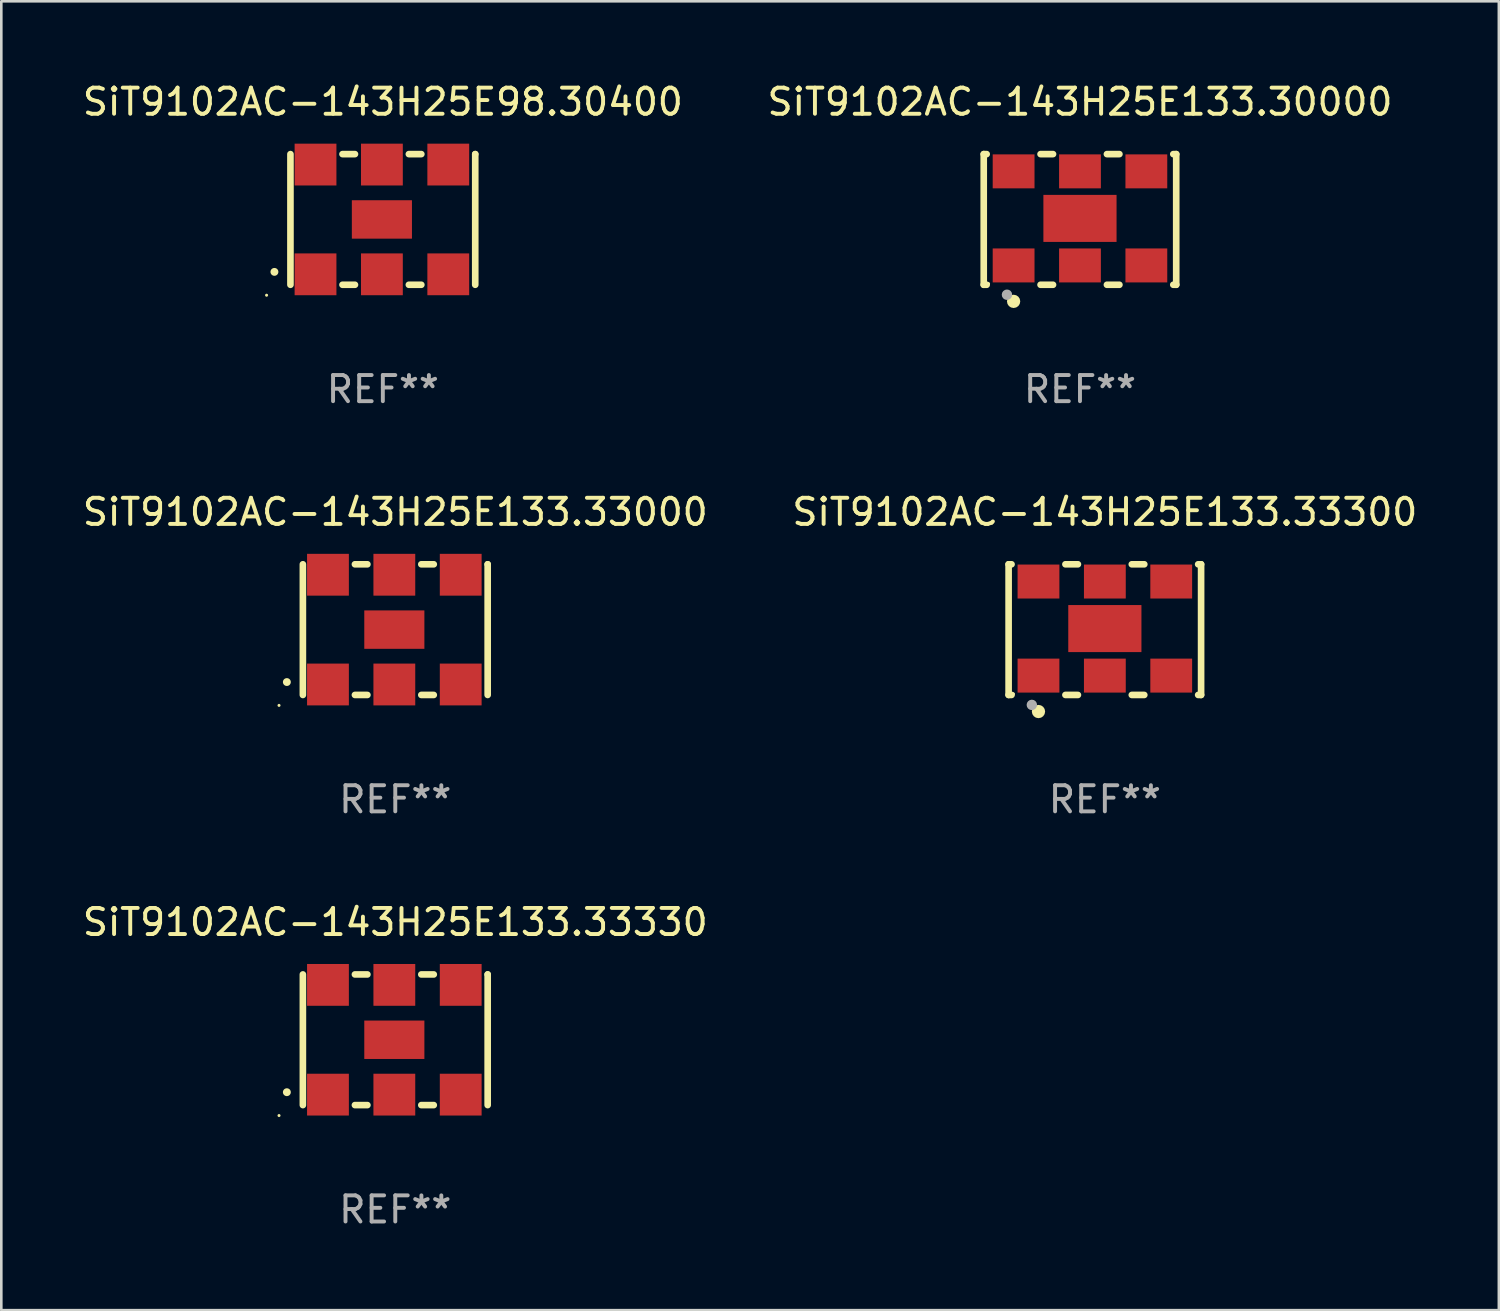
<source format=kicad_pcb>
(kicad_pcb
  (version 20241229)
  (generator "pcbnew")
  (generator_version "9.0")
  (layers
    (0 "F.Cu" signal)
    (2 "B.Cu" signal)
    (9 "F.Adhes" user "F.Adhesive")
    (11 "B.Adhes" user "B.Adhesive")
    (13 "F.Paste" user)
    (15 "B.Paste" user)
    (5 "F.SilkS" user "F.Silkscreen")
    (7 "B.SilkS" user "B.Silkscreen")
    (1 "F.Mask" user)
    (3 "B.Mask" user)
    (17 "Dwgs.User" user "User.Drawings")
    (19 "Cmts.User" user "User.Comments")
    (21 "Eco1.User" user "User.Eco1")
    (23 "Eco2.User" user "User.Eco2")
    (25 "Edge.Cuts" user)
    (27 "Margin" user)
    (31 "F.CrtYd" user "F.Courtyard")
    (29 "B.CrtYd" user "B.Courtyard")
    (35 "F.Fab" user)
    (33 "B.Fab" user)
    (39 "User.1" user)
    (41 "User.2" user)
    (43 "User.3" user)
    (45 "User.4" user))
  (footprint "SiT9102AC-143H25E133.33300"
    (layer "F.Cu")
    (at 39.232 21.045)
    (property "Reference" "SiT9102AC-143H25E133.33300" (at 0 -4.5 0) (layer "F.SilkS") (effects (font (size 1 1) (thickness 0.15))))
    (attr through_hole)
    (fp_line (start -3.683 -2.5) (end -3.571 -2.5) (stroke (width 0.254) (type solid)) (layer "F.SilkS"))
    (fp_line (start -3.683 2.5) (end -3.683 -2.5) (stroke (width 0.254) (type solid)) (layer "F.SilkS"))
    (fp_line (start -3.683 2.5) (end -3.571 2.5) (stroke (width 0.254) (type solid)) (layer "F.SilkS"))
    (fp_line (start -1.509 -2.5) (end -1.031 -2.5) (stroke (width 0.254) (type solid)) (layer "F.SilkS"))
    (fp_line (start -1.509 2.5) (end -1.031 2.5) (stroke (width 0.254) (type solid)) (layer "F.SilkS"))
    (fp_line (start 1.031 -2.5) (end 1.509 -2.5) (stroke (width 0.254) (type solid)) (layer "F.SilkS"))
    (fp_line (start 1.031 2.5) (end 1.509 2.5) (stroke (width 0.254) (type solid)) (layer "F.SilkS"))
    (fp_line (start 3.571 -2.5) (end 3.683 -2.5) (stroke (width 0.254) (type solid)) (layer "F.SilkS"))
    (fp_line (start 3.571 2.5) (end 3.683 2.5) (stroke (width 0.254) (type solid)) (layer "F.SilkS"))
    (fp_line (start 3.683 2.5) (end 3.683 -2.5) (stroke (width 0.254) (type solid)) (layer "F.SilkS"))
    (fp_circle (center -3.5 2.46) (end -3.47 2.46) (stroke (width 0.06) (type solid)) (fill no) (layer "F.SilkS"))
    (fp_circle (center -2.54 3.135) (end -2.413 3.135) (stroke (width 0.254) (type solid)) (fill no) (layer "F.SilkS"))
    (fp_circle (center -2.794 2.881) (end -2.694 2.881) (stroke (width 0.2) (type solid)) (fill no) (layer "F.Fab"))
    (fp_text user "REF**" (at 0 6.5 0) (layer "F.Fab") (effects (font (size 1 1) (thickness 0.15))))
    (pad "1" smd rect (at -2.54 1.76) (size 1.6 1.3) (layers "F.Cu" "F.Mask" "F.Paste"))
    (pad "2" smd rect (at 0 1.76) (size 1.6 1.3) (layers "F.Cu" "F.Mask" "F.Paste"))
    (pad "3" smd rect (at 2.54 1.76) (size 1.6 1.3) (layers "F.Cu" "F.Mask" "F.Paste"))
    (pad "4" smd rect (at 2.54 -1.84) (size 1.6 1.3) (layers "F.Cu" "F.Mask" "F.Paste"))
    (pad "5" smd rect (at 0 -1.84) (size 1.6 1.3) (layers "F.Cu" "F.Mask" "F.Paste"))
    (pad "6" smd rect (at -2.54 -1.84) (size 1.6 1.3) (layers "F.Cu" "F.Mask" "F.Paste"))
    (pad "7" smd rect (at 0 -0.04) (size 2.8 1.8) (layers "F.Cu" "F.Mask" "F.Paste")))
  (footprint "SiT9102AC-143H25E133.30000"
    (layer "F.Cu")
    (at 38.28 5.348)
    (property "Reference" "SiT9102AC-143H25E133.30000" (at 0 -4.5 0) (layer "F.SilkS") (effects (font (size 1 1) (thickness 0.15))))
    (attr through_hole)
    (fp_line (start -3.683 -2.5) (end -3.571 -2.5) (stroke (width 0.254) (type solid)) (layer "F.SilkS"))
    (fp_line (start -3.683 2.5) (end -3.683 -2.5) (stroke (width 0.254) (type solid)) (layer "F.SilkS"))
    (fp_line (start -3.683 2.5) (end -3.571 2.5) (stroke (width 0.254) (type solid)) (layer "F.SilkS"))
    (fp_line (start -1.509 -2.5) (end -1.031 -2.5) (stroke (width 0.254) (type solid)) (layer "F.SilkS"))
    (fp_line (start -1.509 2.5) (end -1.031 2.5) (stroke (width 0.254) (type solid)) (layer "F.SilkS"))
    (fp_line (start 1.031 -2.5) (end 1.509 -2.5) (stroke (width 0.254) (type solid)) (layer "F.SilkS"))
    (fp_line (start 1.031 2.5) (end 1.509 2.5) (stroke (width 0.254) (type solid)) (layer "F.SilkS"))
    (fp_line (start 3.571 -2.5) (end 3.683 -2.5) (stroke (width 0.254) (type solid)) (layer "F.SilkS"))
    (fp_line (start 3.571 2.5) (end 3.683 2.5) (stroke (width 0.254) (type solid)) (layer "F.SilkS"))
    (fp_line (start 3.683 2.5) (end 3.683 -2.5) (stroke (width 0.254) (type solid)) (layer "F.SilkS"))
    (fp_circle (center -3.5 2.46) (end -3.47 2.46) (stroke (width 0.06) (type solid)) (fill no) (layer "F.SilkS"))
    (fp_circle (center -2.54 3.135) (end -2.413 3.135) (stroke (width 0.254) (type solid)) (fill no) (layer "F.SilkS"))
    (fp_circle (center -2.794 2.881) (end -2.694 2.881) (stroke (width 0.2) (type solid)) (fill no) (layer "F.Fab"))
    (fp_text user "REF**" (at 0 6.5 0) (layer "F.Fab") (effects (font (size 1 1) (thickness 0.15))))
    (pad "1" smd rect (at -2.54 1.76) (size 1.6 1.3) (layers "F.Cu" "F.Mask" "F.Paste"))
    (pad "2" smd rect (at 0 1.76) (size 1.6 1.3) (layers "F.Cu" "F.Mask" "F.Paste"))
    (pad "3" smd rect (at 2.54 1.76) (size 1.6 1.3) (layers "F.Cu" "F.Mask" "F.Paste"))
    (pad "4" smd rect (at 2.54 -1.84) (size 1.6 1.3) (layers "F.Cu" "F.Mask" "F.Paste"))
    (pad "5" smd rect (at 0 -1.84) (size 1.6 1.3) (layers "F.Cu" "F.Mask" "F.Paste"))
    (pad "6" smd rect (at -2.54 -1.84) (size 1.6 1.3) (layers "F.Cu" "F.Mask" "F.Paste"))
    (pad "7" smd rect (at 0 -0.04) (size 2.8 1.8) (layers "F.Cu" "F.Mask" "F.Paste")))
  (footprint "SiT9102AC-143H25E98.30400"
    (layer "F.Cu")
    (at 11.601 5.348)
    (property "Reference" "SiT9102AC-143H25E98.30400" (at 0 -4.5 0) (layer "F.SilkS") (effects (font (size 1 1) (thickness 0.15))))
    (attr through_hole)
    (fp_line (start -3.536 -2.5) (end -3.536 2.5) (stroke (width 0.254) (type solid)) (layer "F.SilkS"))
    (fp_line (start -1.544 2.5) (end -1.067 2.5) (stroke (width 0.254) (type solid)) (layer "F.SilkS"))
    (fp_line (start -1.067 -2.5) (end -1.544 -2.5) (stroke (width 0.254) (type solid)) (layer "F.SilkS"))
    (fp_line (start 0.996 2.5) (end 1.473 2.5) (stroke (width 0.254) (type solid)) (layer "F.SilkS"))
    (fp_line (start 1.473 -2.5) (end 0.996 -2.5) (stroke (width 0.254) (type solid)) (layer "F.SilkS"))
    (fp_line (start 3.536 -2.5) (end 3.536 -2.5) (stroke (width 0.254) (type solid)) (layer "F.SilkS"))
    (fp_line (start 3.536 2.5) (end 3.536 -2.5) (stroke (width 0.254) (type solid)) (layer "F.SilkS"))
    (fp_arc (start -4.150432 2.006604) (mid -4.149162 2.006599) (end -4.147892 2.006604) (stroke (width 0.3) (type solid)) (layer "F.SilkS"))
    (fp_circle (center -4.449 2.9) (end -4.419 2.9) (stroke (width 0.06) (type solid)) (fill no) (layer "F.SilkS"))
    (fp_text user "REF**" (at 0 6.5 0) (layer "F.Fab") (effects (font (size 1 1) (thickness 0.15))))
    (pad "1" smd rect (at -2.576 2.1) (size 1.6 1.6) (layers "F.Cu" "F.Mask" "F.Paste"))
    (pad "2" smd rect (at -0.036 2.1) (size 1.6 1.6) (layers "F.Cu" "F.Mask" "F.Paste"))
    (pad "3" smd rect (at 2.504 2.1) (size 1.6 1.6) (layers "F.Cu" "F.Mask" "F.Paste"))
    (pad "4" smd rect (at 2.504 -2.1) (size 1.6 1.6) (layers "F.Cu" "F.Mask" "F.Paste"))
    (pad "5" smd rect (at -0.036 -2.1) (size 1.6 1.6) (layers "F.Cu" "F.Mask" "F.Paste"))
    (pad "6" smd rect (at -2.576 -2.1) (size 1.6 1.6) (layers "F.Cu" "F.Mask" "F.Paste"))
    (pad "7" smd rect (at -0.036 0) (size 2.3 1.47) (layers "F.Cu" "F.Mask" "F.Paste")))
  (footprint "SiT9102AC-143H25E133.33330"
    (layer "F.Cu")
    (at 12.077 36.741)
    (property "Reference" "SiT9102AC-143H25E133.33330" (at 0 -4.5 0) (layer "F.SilkS") (effects (font (size 1 1) (thickness 0.15))))
    (attr through_hole)
    (fp_line (start -3.536 -2.5) (end -3.536 2.5) (stroke (width 0.254) (type solid)) (layer "F.SilkS"))
    (fp_line (start -1.544 2.5) (end -1.067 2.5) (stroke (width 0.254) (type solid)) (layer "F.SilkS"))
    (fp_line (start -1.067 -2.5) (end -1.544 -2.5) (stroke (width 0.254) (type solid)) (layer "F.SilkS"))
    (fp_line (start 0.996 2.5) (end 1.473 2.5) (stroke (width 0.254) (type solid)) (layer "F.SilkS"))
    (fp_line (start 1.473 -2.5) (end 0.996 -2.5) (stroke (width 0.254) (type solid)) (layer "F.SilkS"))
    (fp_line (start 3.536 -2.5) (end 3.536 -2.5) (stroke (width 0.254) (type solid)) (layer "F.SilkS"))
    (fp_line (start 3.536 2.5) (end 3.536 -2.5) (stroke (width 0.254) (type solid)) (layer "F.SilkS"))
    (fp_arc (start -4.150432 2.006604) (mid -4.149162 2.006599) (end -4.147892 2.006604) (stroke (width 0.3) (type solid)) (layer "F.SilkS"))
    (fp_circle (center -4.449 2.9) (end -4.419 2.9) (stroke (width 0.06) (type solid)) (fill no) (layer "F.SilkS"))
    (fp_text user "REF**" (at 0 6.5 0) (layer "F.Fab") (effects (font (size 1 1) (thickness 0.15))))
    (pad "1" smd rect (at -2.576 2.1) (size 1.6 1.6) (layers "F.Cu" "F.Mask" "F.Paste"))
    (pad "2" smd rect (at -0.036 2.1) (size 1.6 1.6) (layers "F.Cu" "F.Mask" "F.Paste"))
    (pad "3" smd rect (at 2.504 2.1) (size 1.6 1.6) (layers "F.Cu" "F.Mask" "F.Paste"))
    (pad "4" smd rect (at 2.504 -2.1) (size 1.6 1.6) (layers "F.Cu" "F.Mask" "F.Paste"))
    (pad "5" smd rect (at -0.036 -2.1) (size 1.6 1.6) (layers "F.Cu" "F.Mask" "F.Paste"))
    (pad "6" smd rect (at -2.576 -2.1) (size 1.6 1.6) (layers "F.Cu" "F.Mask" "F.Paste"))
    (pad "7" smd rect (at -0.036 0) (size 2.3 1.47) (layers "F.Cu" "F.Mask" "F.Paste")))
  (footprint "SiT9102AC-143H25E133.33000"
    (layer "F.Cu")
    (at 12.077 21.045)
    (property "Reference" "SiT9102AC-143H25E133.33000" (at 0 -4.5 0) (layer "F.SilkS") (effects (font (size 1 1) (thickness 0.15))))
    (attr through_hole)
    (fp_line (start -3.536 -2.5) (end -3.536 2.5) (stroke (width 0.254) (type solid)) (layer "F.SilkS"))
    (fp_line (start -1.544 2.5) (end -1.067 2.5) (stroke (width 0.254) (type solid)) (layer "F.SilkS"))
    (fp_line (start -1.067 -2.5) (end -1.544 -2.5) (stroke (width 0.254) (type solid)) (layer "F.SilkS"))
    (fp_line (start 0.996 2.5) (end 1.473 2.5) (stroke (width 0.254) (type solid)) (layer "F.SilkS"))
    (fp_line (start 1.473 -2.5) (end 0.996 -2.5) (stroke (width 0.254) (type solid)) (layer "F.SilkS"))
    (fp_line (start 3.536 -2.5) (end 3.536 -2.5) (stroke (width 0.254) (type solid)) (layer "F.SilkS"))
    (fp_line (start 3.536 2.5) (end 3.536 -2.5) (stroke (width 0.254) (type solid)) (layer "F.SilkS"))
    (fp_arc (start -4.150432 2.006604) (mid -4.149162 2.006599) (end -4.147892 2.006604) (stroke (width 0.3) (type solid)) (layer "F.SilkS"))
    (fp_circle (center -4.449 2.9) (end -4.419 2.9) (stroke (width 0.06) (type solid)) (fill no) (layer "F.SilkS"))
    (fp_text user "REF**" (at 0 6.5 0) (layer "F.Fab") (effects (font (size 1 1) (thickness 0.15))))
    (pad "1" smd rect (at -2.576 2.1) (size 1.6 1.6) (layers "F.Cu" "F.Mask" "F.Paste"))
    (pad "2" smd rect (at -0.036 2.1) (size 1.6 1.6) (layers "F.Cu" "F.Mask" "F.Paste"))
    (pad "3" smd rect (at 2.504 2.1) (size 1.6 1.6) (layers "F.Cu" "F.Mask" "F.Paste"))
    (pad "4" smd rect (at 2.504 -2.1) (size 1.6 1.6) (layers "F.Cu" "F.Mask" "F.Paste"))
    (pad "5" smd rect (at -0.036 -2.1) (size 1.6 1.6) (layers "F.Cu" "F.Mask" "F.Paste"))
    (pad "6" smd rect (at -2.576 -2.1) (size 1.6 1.6) (layers "F.Cu" "F.Mask" "F.Paste"))
    (pad "7" smd rect (at -0.036 0) (size 2.3 1.47) (layers "F.Cu" "F.Mask" "F.Paste")))
  (gr_rect
    (start -3 -3)
    (end 54.31 47.09)
    (stroke (width 0.1) (type default))
    (fill no)
    (layer "Edge.Cuts")))
</source>
